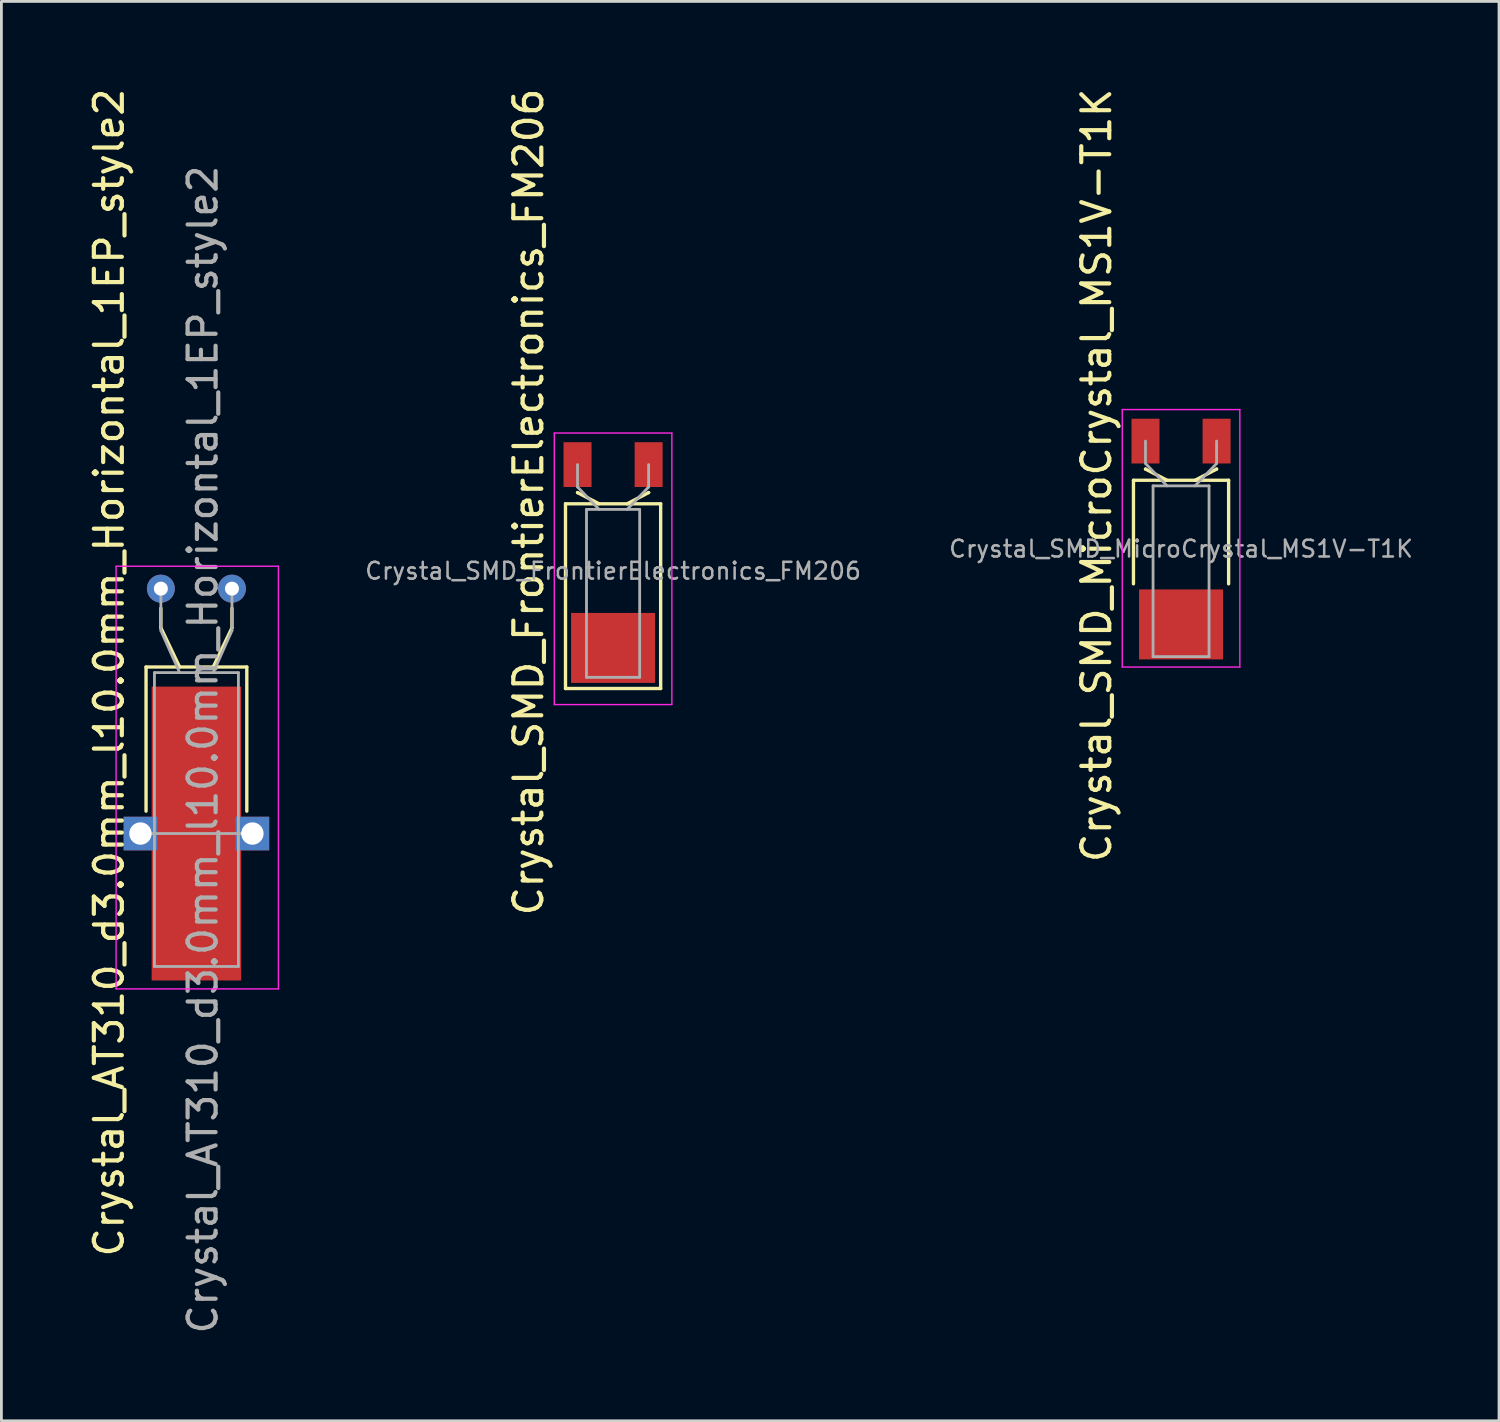
<source format=kicad_pcb>
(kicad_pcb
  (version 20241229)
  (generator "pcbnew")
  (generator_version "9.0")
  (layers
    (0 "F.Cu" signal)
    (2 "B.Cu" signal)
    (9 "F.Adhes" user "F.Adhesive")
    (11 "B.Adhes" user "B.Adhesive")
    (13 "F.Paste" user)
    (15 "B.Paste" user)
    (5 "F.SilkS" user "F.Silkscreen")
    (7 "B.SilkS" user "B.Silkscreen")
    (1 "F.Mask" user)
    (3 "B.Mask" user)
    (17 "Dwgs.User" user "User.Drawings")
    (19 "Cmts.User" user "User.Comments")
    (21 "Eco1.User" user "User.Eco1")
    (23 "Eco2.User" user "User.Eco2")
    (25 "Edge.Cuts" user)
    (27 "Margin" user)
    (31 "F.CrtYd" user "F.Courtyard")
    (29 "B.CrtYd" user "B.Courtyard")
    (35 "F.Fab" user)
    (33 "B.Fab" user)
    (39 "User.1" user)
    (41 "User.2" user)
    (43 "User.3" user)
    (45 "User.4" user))
  (footprint "Crystal_SMD_MicroCrystal_MS1V-T1K"
    (layer "F.Cu")
    (at 39.148 14.893)
    (property "Reference" "Crystal_SMD_MicroCrystal_MS1V-T1K" (at -3.02 -0.958 90) (layer "F.SilkS") (effects (font (size 1 1) (thickness 0.15))))
    (attr smd)
    (fp_line (start -1.7 -0.783) (end 1.7 -0.783) (stroke (width 0.12) (type solid)) (layer "F.SilkS"))
    (fp_line (start -1.7 2.917) (end -1.7 -0.783) (stroke (width 0.12) (type solid)) (layer "F.SilkS"))
    (fp_line (start -1.27 -1.183) (end -1.27 -1.183) (stroke (width 0.12) (type solid)) (layer "F.SilkS"))
    (fp_line (start -0.5 -0.783) (end -1.27 -1.183) (stroke (width 0.12) (type solid)) (layer "F.SilkS"))
    (fp_line (start 0.5 -0.783) (end 1.27 -1.183) (stroke (width 0.12) (type solid)) (layer "F.SilkS"))
    (fp_line (start 1.27 -1.183) (end 1.27 -1.183) (stroke (width 0.12) (type solid)) (layer "F.SilkS"))
    (fp_line (start 1.7 -0.783) (end 1.7 2.917) (stroke (width 0.12) (type solid)) (layer "F.SilkS"))
    (fp_line (start -2.1 -3.31) (end -2.1 5.89) (stroke (width 0.05) (type solid)) (layer "F.CrtYd"))
    (fp_line (start -2.1 5.89) (end 2.1 5.89) (stroke (width 0.05) (type solid)) (layer "F.CrtYd"))
    (fp_line (start 2.1 -3.31) (end -2.1 -3.31) (stroke (width 0.05) (type solid)) (layer "F.CrtYd"))
    (fp_line (start 2.1 5.89) (end 2.1 -3.31) (stroke (width 0.05) (type solid)) (layer "F.CrtYd"))
    (fp_line (start -1.27 -1.383) (end -1.27 -2.183) (stroke (width 0.1) (type solid)) (layer "F.Fab"))
    (fp_line (start -1 -0.583) (end -1 5.517) (stroke (width 0.1) (type solid)) (layer "F.Fab"))
    (fp_line (start -1 5.517) (end 1 5.517) (stroke (width 0.1) (type solid)) (layer "F.Fab"))
    (fp_line (start -0.5 -0.583) (end -1.27 -1.383) (stroke (width 0.1) (type solid)) (layer "F.Fab"))
    (fp_line (start 0.5 -0.583) (end 1.27 -1.383) (stroke (width 0.1) (type solid)) (layer "F.Fab"))
    (fp_line (start 1 -0.583) (end -1 -0.583) (stroke (width 0.1) (type solid)) (layer "F.Fab"))
    (fp_line (start 1 5.517) (end 1 -0.583) (stroke (width 0.1) (type solid)) (layer "F.Fab"))
    (fp_line (start 1.27 -1.383) (end 1.27 -2.183) (stroke (width 0.1) (type solid)) (layer "F.Fab"))
    (fp_text user "${REFERENCE}" (at 0 1.667 0) (layer "F.Fab") (effects (font (size 0.6 0.6) (thickness 0.09))))
    (pad "1" smd rect (at -1.27 -2.183) (size 1 1.6) (layers "F.Cu" "F.Mask" "F.Paste"))
    (pad "2" smd rect (at 1.27 -2.183) (size 1 1.6) (layers "F.Cu" "F.Mask" "F.Paste"))
    (pad "3" smd rect (at 0 4.367) (size 3 2.5) (layers "F.Cu" "F.Mask" "F.Paste")))
  (footprint "Crystal_AT310_d3.0mm_l10.0mm_Horizontal_1EP_style2"
    (layer "F.Cu")
    (at 2.698 17.982)
    (property "Reference" "Crystal_AT310_d3.0mm_l10.0mm_Horizontal_1EP_style2" (at -1.85 3 90) (layer "F.SilkS") (effects (font (size 1 1) (thickness 0.15))))
    (attr through_hole)
    (fp_line (start -0.53 2.8) (end 3.07 2.8) (stroke (width 0.12) (type solid)) (layer "F.SilkS"))
    (fp_line (start -0.53 7.95) (end -0.53 2.8) (stroke (width 0.12) (type solid)) (layer "F.SilkS"))
    (fp_line (start 0 1.4) (end 0 0.7) (stroke (width 0.12) (type solid)) (layer "F.SilkS"))
    (fp_line (start 0.67 2.8) (end 0 1.4) (stroke (width 0.12) (type solid)) (layer "F.SilkS"))
    (fp_line (start 1.87 2.8) (end 2.54 1.4) (stroke (width 0.12) (type solid)) (layer "F.SilkS"))
    (fp_line (start 2.54 1.4) (end 2.54 0.7) (stroke (width 0.12) (type solid)) (layer "F.SilkS"))
    (fp_line (start 3.07 2.8) (end 3.07 7.95) (stroke (width 0.12) (type solid)) (layer "F.SilkS"))
    (fp_line (start -1.6 -0.8) (end -1.6 14.3) (stroke (width 0.05) (type solid)) (layer "F.CrtYd"))
    (fp_line (start -1.6 14.3) (end 4.2 14.3) (stroke (width 0.05) (type solid)) (layer "F.CrtYd"))
    (fp_line (start 4.2 -0.8) (end -1.6 -0.8) (stroke (width 0.05) (type solid)) (layer "F.CrtYd"))
    (fp_line (start 4.2 14.3) (end 4.2 -0.8) (stroke (width 0.05) (type solid)) (layer "F.CrtYd"))
    (fp_line (start -0.73 8.75) (end 3.27 8.75) (stroke (width 0.1) (type solid)) (layer "F.Fab"))
    (fp_line (start -0.23 3) (end -0.23 13.5) (stroke (width 0.1) (type solid)) (layer "F.Fab"))
    (fp_line (start -0.23 13.5) (end 2.77 13.5) (stroke (width 0.1) (type solid)) (layer "F.Fab"))
    (fp_line (start 0 1.5) (end 0 0) (stroke (width 0.1) (type solid)) (layer "F.Fab"))
    (fp_line (start 0.67 3) (end 0 1.5) (stroke (width 0.1) (type solid)) (layer "F.Fab"))
    (fp_line (start 1.87 3) (end 2.54 1.5) (stroke (width 0.1) (type solid)) (layer "F.Fab"))
    (fp_line (start 2.54 1.5) (end 2.54 0) (stroke (width 0.1) (type solid)) (layer "F.Fab"))
    (fp_line (start 2.77 3) (end -0.23 3) (stroke (width 0.1) (type solid)) (layer "F.Fab"))
    (fp_line (start 2.77 13.5) (end 2.77 3) (stroke (width 0.1) (type solid)) (layer "F.Fab"))
    (fp_text user "${REFERENCE}" (at 1.5 5.75 90) (layer "F.Fab") (effects (font (size 1 1) (thickness 0.15))))
    (pad "1" thru_hole circle (at 0 0) (size 1 1) (drill 0.5) (layers "*.Cu" "*.Mask"))
    (pad "2" thru_hole circle (at 2.54 0) (size 1 1) (drill 0.5) (layers "*.Cu" "*.Mask"))
    (pad "3" thru_hole rect (at -0.73 8.75) (size 1.2 1.2) (drill 0.8) (layers "*.Cu" "*.Mask"))
    (pad "3" smd rect (at 1.27 8.75) (size 3.2 10.5) (layers "F.Cu" "F.Mask" "F.Paste"))
    (pad "3" thru_hole rect (at 3.27 8.75) (size 1.2 1.2) (drill 0.8) (layers "*.Cu" "*.Mask")))
  (footprint "Crystal_SMD_FrontierElectronics_FM206"
    (layer "F.Cu")
    (at 18.855 15.733)
    (property "Reference" "Crystal_SMD_FrontierElectronics_FM206" (at -3.02 -0.846 90) (layer "F.SilkS") (effects (font (size 1 1) (thickness 0.15))))
    (attr smd)
    (fp_line (start -1.7 -0.783) (end -1.7 5.817) (stroke (width 0.12) (type solid)) (layer "F.SilkS"))
    (fp_line (start -1.7 5.817) (end 1.7 5.817) (stroke (width 0.12) (type solid)) (layer "F.SilkS"))
    (fp_line (start -1.27 -1.183) (end -1.27 -1.183) (stroke (width 0.12) (type solid)) (layer "F.SilkS"))
    (fp_line (start -0.5 -0.783) (end -1.27 -1.183) (stroke (width 0.12) (type solid)) (layer "F.SilkS"))
    (fp_line (start 0.5 -0.783) (end 1.27 -1.183) (stroke (width 0.12) (type solid)) (layer "F.SilkS"))
    (fp_line (start 1.27 -1.183) (end 1.27 -1.183) (stroke (width 0.12) (type solid)) (layer "F.SilkS"))
    (fp_line (start 1.7 -0.783) (end -1.7 -0.783) (stroke (width 0.12) (type solid)) (layer "F.SilkS"))
    (fp_line (start 1.7 5.817) (end 1.7 -0.783) (stroke (width 0.12) (type solid)) (layer "F.SilkS"))
    (fp_line (start -2.1 -3.31) (end -2.1 6.39) (stroke (width 0.05) (type solid)) (layer "F.CrtYd"))
    (fp_line (start -2.1 6.39) (end 2.1 6.39) (stroke (width 0.05) (type solid)) (layer "F.CrtYd"))
    (fp_line (start 2.1 -3.31) (end -2.1 -3.31) (stroke (width 0.05) (type solid)) (layer "F.CrtYd"))
    (fp_line (start 2.1 6.39) (end 2.1 -3.31) (stroke (width 0.05) (type solid)) (layer "F.CrtYd"))
    (fp_line (start -1.27 -1.383) (end -1.27 -2.183) (stroke (width 0.1) (type solid)) (layer "F.Fab"))
    (fp_line (start -0.95 -0.583) (end -0.95 5.417) (stroke (width 0.1) (type solid)) (layer "F.Fab"))
    (fp_line (start -0.95 5.417) (end 0.95 5.417) (stroke (width 0.1) (type solid)) (layer "F.Fab"))
    (fp_line (start -0.5 -0.583) (end -1.27 -1.383) (stroke (width 0.1) (type solid)) (layer "F.Fab"))
    (fp_line (start 0.5 -0.583) (end 1.27 -1.383) (stroke (width 0.1) (type solid)) (layer "F.Fab"))
    (fp_line (start 0.95 -0.583) (end -0.95 -0.583) (stroke (width 0.1) (type solid)) (layer "F.Fab"))
    (fp_line (start 0.95 5.417) (end 0.95 -0.583) (stroke (width 0.1) (type solid)) (layer "F.Fab"))
    (fp_line (start 1.27 -1.383) (end 1.27 -2.183) (stroke (width 0.1) (type solid)) (layer "F.Fab"))
    (fp_text user "${REFERENCE}" (at 0 1.617 0) (layer "F.Fab") (effects (font (size 0.6 0.6) (thickness 0.09))))
    (pad "1" smd rect (at -1.27 -2.183) (size 1 1.6) (layers "F.Cu" "F.Mask" "F.Paste"))
    (pad "2" smd rect (at 1.27 -2.183) (size 1 1.6) (layers "F.Cu" "F.Mask" "F.Paste"))
    (pad "3" smd rect (at 0 4.367) (size 3 2.5) (layers "F.Cu" "F.Mask" "F.Paste")))
  (gr_rect
    (start -3 -3)
    (end 50.509 47.714)
    (stroke (width 0.1) (type default))
    (fill no)
    (layer "Edge.Cuts")))
</source>
